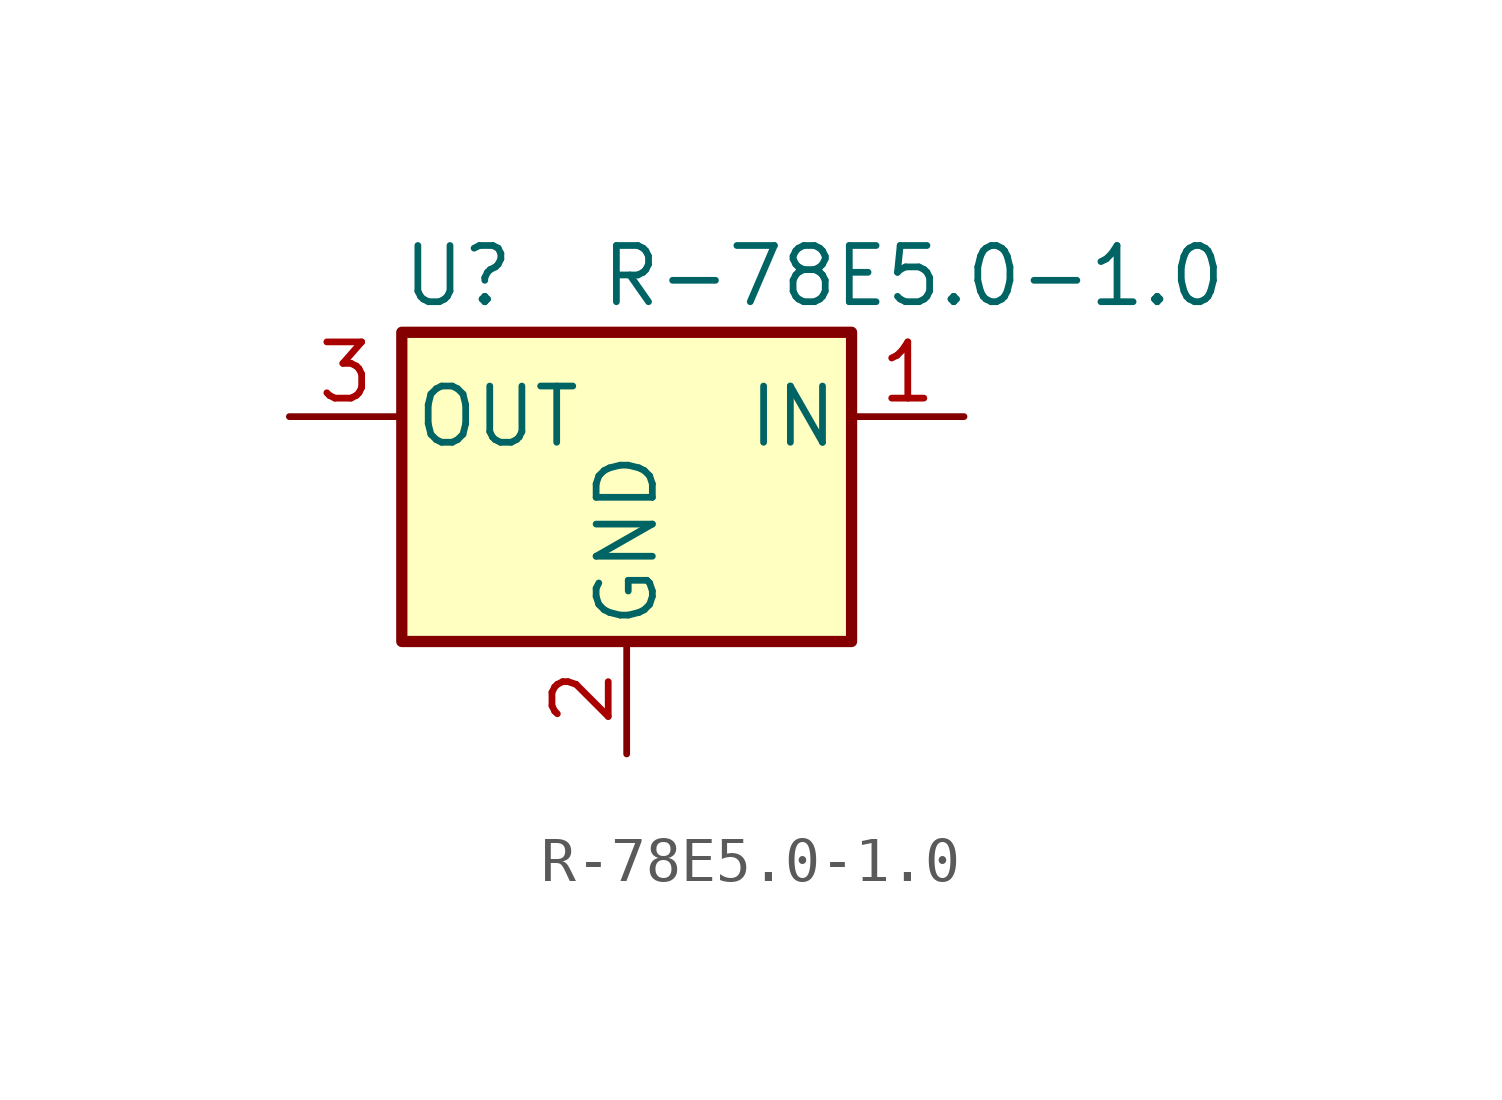
<source format=kicad_sym>
(kicad_symbol_lib
  (version 20220914)
  (generator kicad_symbol_editor)
  (symbol "R-78E5.0-1.0"
    (pin_names
      (offset 0.254))
    (property "Reference" "U"
      (at -3.81 3.175 0)
      (effects (font (size 1.27 1.27))))
    (property "Value" "R-78E5.0-1.0"
      (at -0.635 3.175 0)
      (effects (font (size 1.27 1.27)) (justify left)))
    (symbol "R-78E5.0-1.0_0_1"
      (rectangle (start -5.08 1.905) (end 5.08 -5.08) (stroke (width 0.254) (type default)) (fill (type background))))
    (symbol "R-78E5.0-1.0_1_1"
      (pin power_out line (at 7.62 0 180) (length 2.54) (name "IN" (effects (font (size 1.27 1.27)))) (number "1" (effects (font (size 1.27 1.27)))))
      (pin power_in line (at 0 -7.62 90) (length 2.54) (name "GND" (effects (font (size 1.27 1.27)))) (number "2" (effects (font (size 1.27 1.27)))))
      (pin power_in line (at -7.62 0 0) (length 2.54) (name "OUT" (effects (font (size 1.27 1.27)))) (number "3" (effects (font (size 1.27 1.27))))))))
</source>
